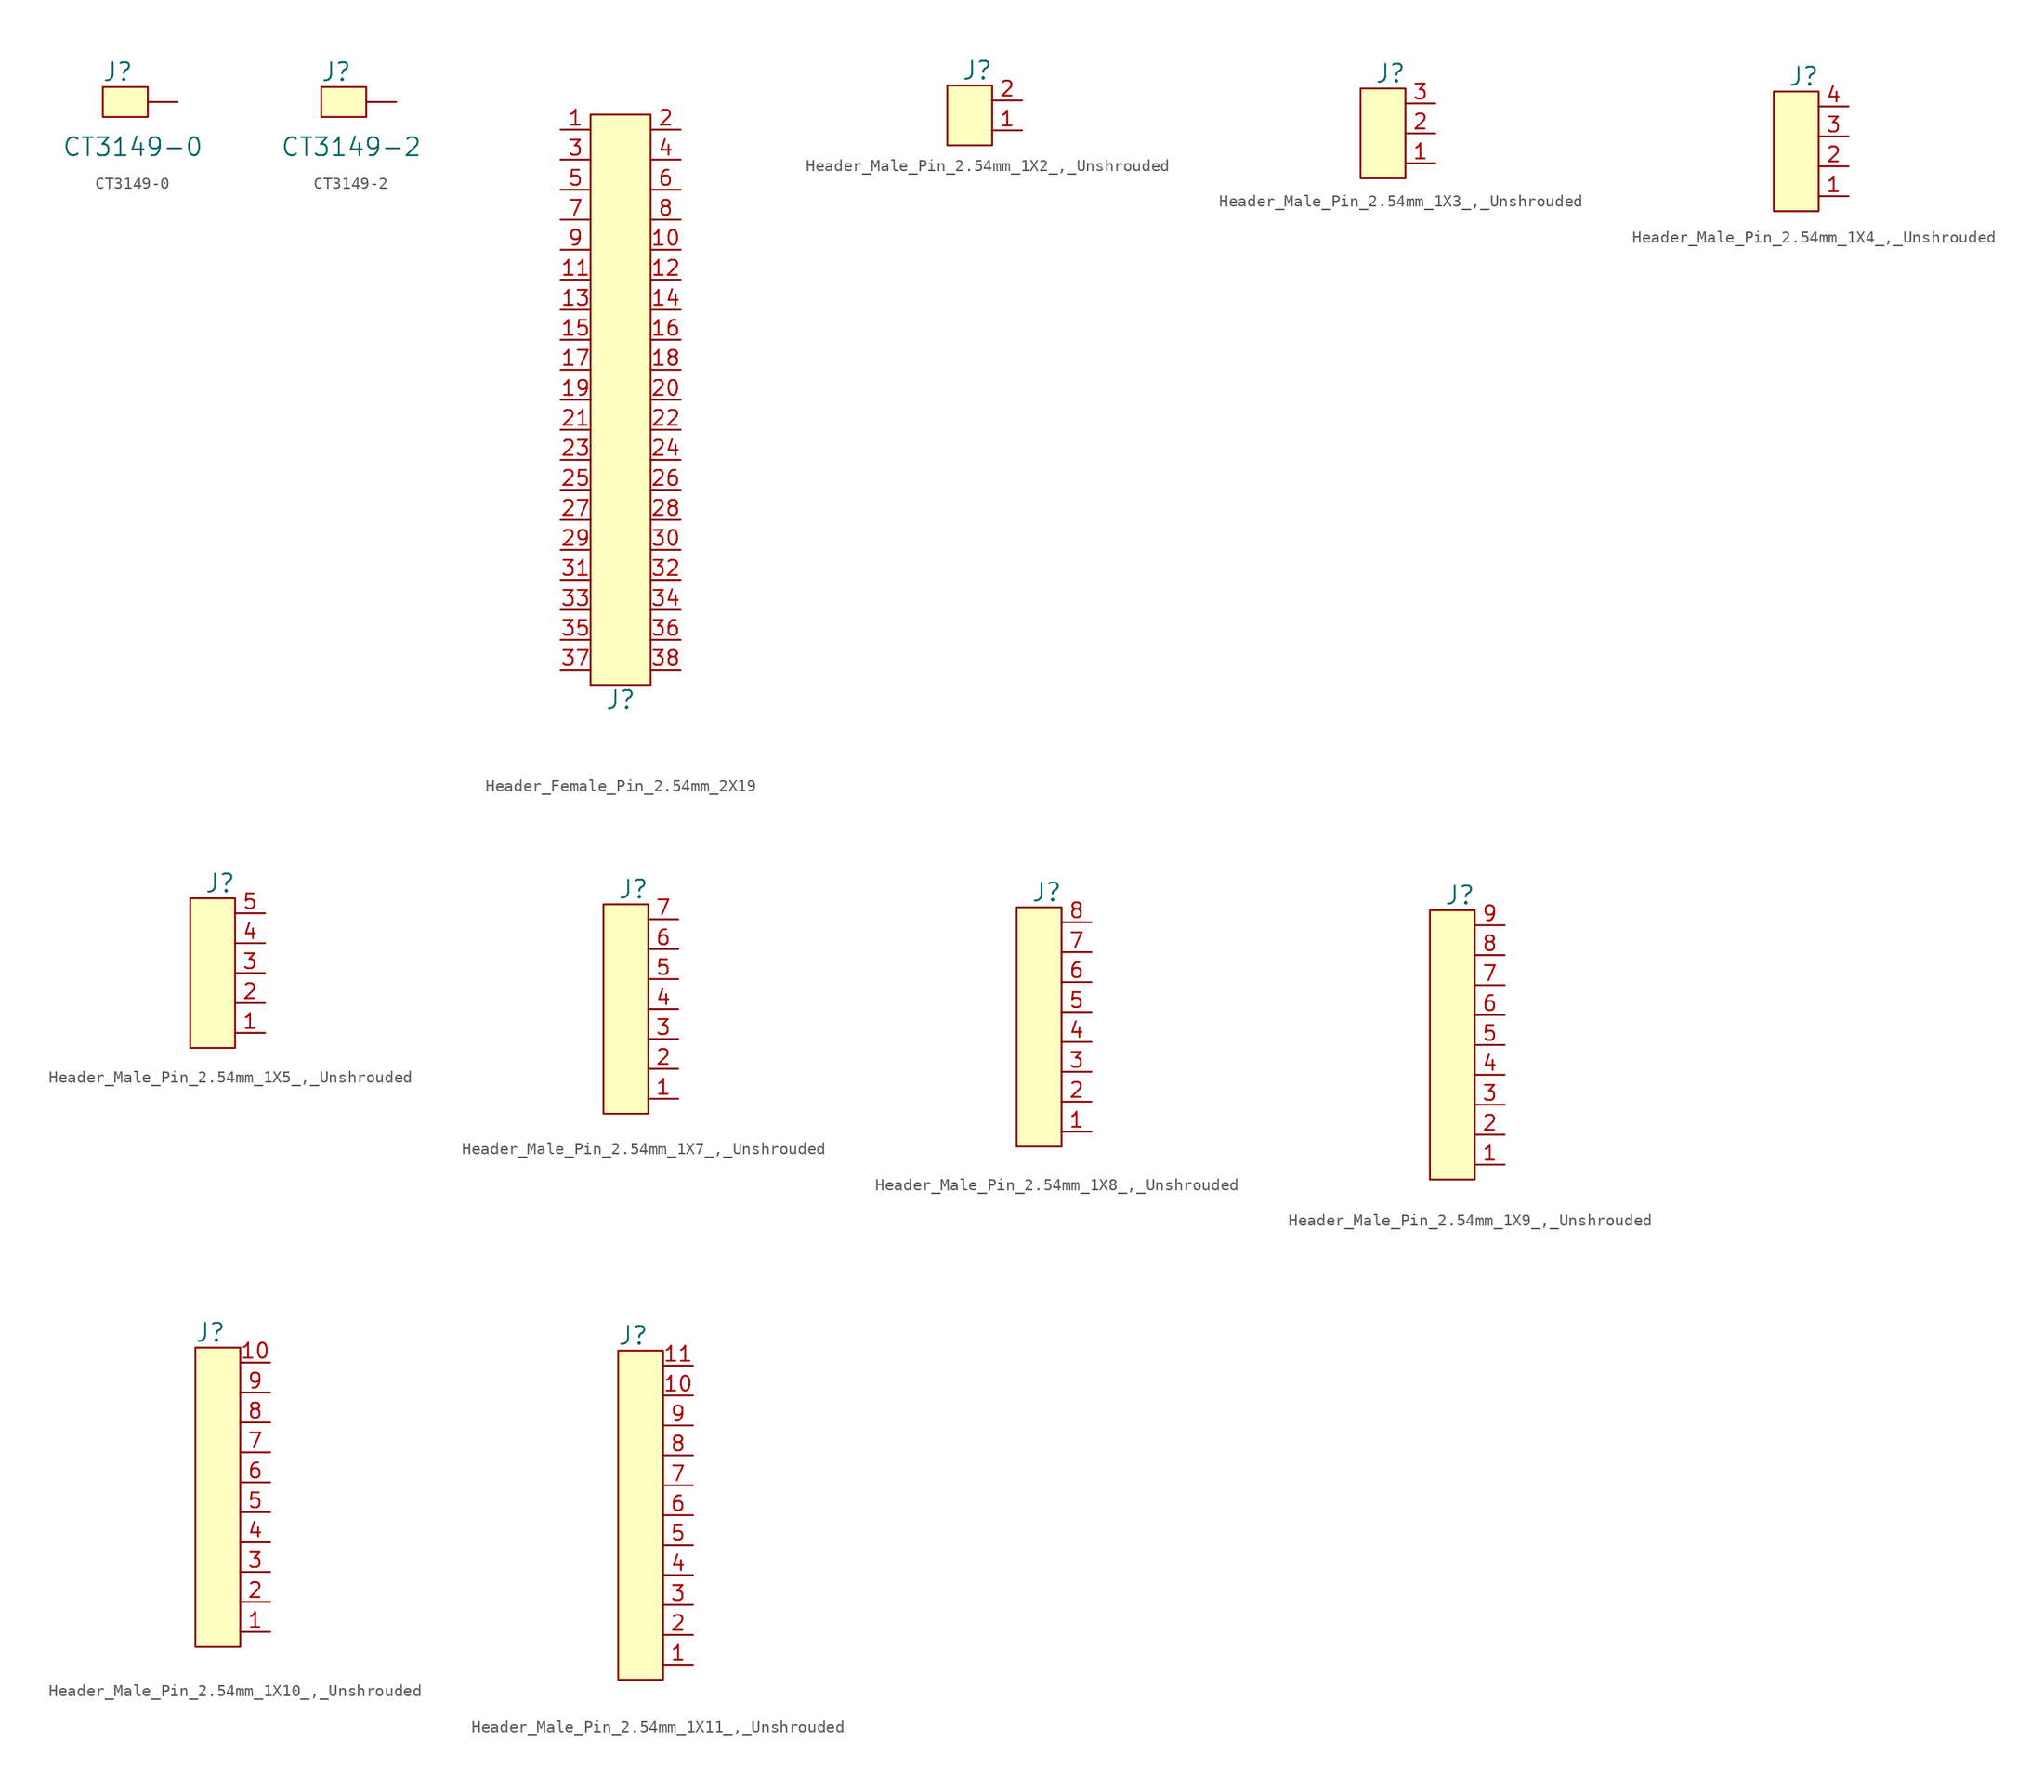
<source format=kicad_sym>
(kicad_symbol_lib
  (version 20241209)
  (generator "kicad_symbol_editor")
  (generator_version "9.0")
  (symbol "CT3149-0"
    (pin_numbers
      (hide yes))
    (pin_names
      (offset 0)
      (hide yes))
    (property "Reference" "J"
      (at 0 2.54 0)
      (effects (font (size 1.524 1.524))))
    (property "Value" "CT3149-0"
      (at 1.27 -3.81 0)
      (effects (font (size 1.524 1.524))))
    (symbol "CT3149-0_0_1"
      (rectangle (start -1.27 1.27) (end 2.54 -1.27) (stroke (width 0) (type default)) (fill (type background))))
    (symbol "CT3149-0_1_1"
      (pin input line (at 5.08 0 180) (length 2.54) (name "TP" (effects (font (size 1.27 1.27)))) (number "1" (effects (font (size 1.27 1.27)))))))
  (symbol "CT3149-2"
    (pin_numbers
      (hide yes))
    (pin_names
      (offset 0)
      (hide yes))
    (property "Reference" "J"
      (at 0 2.54 0)
      (effects (font (size 1.524 1.524))))
    (property "Value" "CT3149-2"
      (at 1.27 -3.81 0)
      (effects (font (size 1.524 1.524))))
    (symbol "CT3149-2_0_1"
      (rectangle (start -1.27 1.27) (end 2.54 -1.27) (stroke (width 0) (type default)) (fill (type background))))
    (symbol "CT3149-2_1_1"
      (pin input line (at 5.08 0 180) (length 2.54) (name "TP" (effects (font (size 1.27 1.27)))) (number "1" (effects (font (size 1.27 1.27)))))))
  (symbol "Header_Female_Pin_2.54mm_2X19"
    (pin_names
      (offset 0)
      (hide yes))
    (property "Reference" "J"
      (at -1.27 -1.27 0)
      (effects (font (size 1.524 1.524))))
    (symbol "Header_Female_Pin_2.54mm_2X19_0_0"
      (rectangle (start 1.27 0) (end -3.81 48.26) (stroke (width 0) (type default)) (fill (type background))))
    (symbol "Header_Female_Pin_2.54mm_2X19_1_1"
      (pin passive line (at -6.35 46.99 0) (length 2.54) (name "~" (effects (font (size 1.016 1.016)))) (number "1" (effects (font (size 1.27 1.27)))))
      (pin passive line (at -6.35 44.45 0) (length 2.54) (name "~" (effects (font (size 1.27 1.27)))) (number "3" (effects (font (size 1.27 1.27)))))
      (pin passive line (at -6.35 41.91 0) (length 2.54) (name "~" (effects (font (size 0.889 0.889)))) (number "5" (effects (font (size 1.27 1.27)))))
      (pin passive line (at -6.35 39.37 0) (length 2.54) (name "~" (effects (font (size 0.889 0.889)))) (number "7" (effects (font (size 1.27 1.27)))))
      (pin passive line (at -6.35 36.83 0) (length 2.54) (name "~" (effects (font (size 0.889 0.889)))) (number "9" (effects (font (size 1.27 1.27)))))
      (pin passive line (at -6.35 34.29 0) (length 2.54) (name "~" (effects (font (size 0.889 0.889)))) (number "11" (effects (font (size 1.27 1.27)))))
      (pin passive line (at -6.35 31.75 0) (length 2.54) (name "~" (effects (font (size 0.889 0.889)))) (number "13" (effects (font (size 1.27 1.27)))))
      (pin passive line (at -6.35 29.21 0) (length 2.54) (name "~" (effects (font (size 0.889 0.889)))) (number "15" (effects (font (size 1.27 1.27)))))
      (pin passive line (at -6.35 26.67 0) (length 2.54) (name "~" (effects (font (size 1.016 1.016)))) (number "17" (effects (font (size 1.27 1.27)))))
      (pin passive line (at -6.35 24.13 0) (length 2.54) (name "~" (effects (font (size 1.27 1.27)))) (number "19" (effects (font (size 1.27 1.27)))))
      (pin passive line (at -6.35 21.59 0) (length 2.54) (name "~" (effects (font (size 0.889 0.889)))) (number "21" (effects (font (size 1.27 1.27)))))
      (pin passive line (at -6.35 19.05 0) (length 2.54) (name "~" (effects (font (size 0.889 0.889)))) (number "23" (effects (font (size 1.27 1.27)))))
      (pin passive line (at -6.35 16.51 0) (length 2.54) (name "~" (effects (font (size 0.889 0.889)))) (number "25" (effects (font (size 1.27 1.27)))))
      (pin passive line (at -6.35 13.97 0) (length 2.54) (name "~" (effects (font (size 0.889 0.889)))) (number "27" (effects (font (size 1.27 1.27)))))
      (pin passive line (at -6.35 11.43 0) (length 2.54) (name "~" (effects (font (size 0.889 0.889)))) (number "29" (effects (font (size 1.27 1.27)))))
      (pin passive line (at -6.35 8.89 0) (length 2.54) (name "~" (effects (font (size 0.889 0.889)))) (number "31" (effects (font (size 1.27 1.27)))))
      (pin passive line (at -6.35 6.35 0) (length 2.54) (name "~" (effects (font (size 0.889 0.889)))) (number "33" (effects (font (size 1.27 1.27)))))
      (pin passive line (at -6.35 3.81 0) (length 2.54) (name "~" (effects (font (size 0.889 0.889)))) (number "35" (effects (font (size 1.27 1.27)))))
      (pin passive line (at -6.35 1.27 0) (length 2.54) (name "~" (effects (font (size 0.889 0.889)))) (number "37" (effects (font (size 1.27 1.27)))))
      (pin passive line (at 3.81 46.99 180) (length 2.54) (name "~" (effects (font (size 1.016 1.016)))) (number "2" (effects (font (size 1.27 1.27)))))
      (pin passive line (at 3.81 44.45 180) (length 2.54) (name "~" (effects (font (size 1.27 1.27)))) (number "4" (effects (font (size 1.27 1.27)))))
      (pin passive line (at 3.81 41.91 180) (length 2.54) (name "~" (effects (font (size 0.762 0.762)))) (number "6" (effects (font (size 1.27 1.27)))))
      (pin passive line (at 3.81 39.37 180) (length 2.54) (name "~" (effects (font (size 0.762 0.762)))) (number "8" (effects (font (size 1.27 1.27)))))
      (pin passive line (at 3.81 36.83 180) (length 2.54) (name "~" (effects (font (size 0.762 0.762)))) (number "10" (effects (font (size 1.27 1.27)))))
      (pin passive line (at 3.81 34.29 180) (length 2.54) (name "~" (effects (font (size 0.762 0.762)))) (number "12" (effects (font (size 1.27 1.27)))))
      (pin passive line (at 3.81 31.75 180) (length 2.54) (name "~" (effects (font (size 0.762 0.762)))) (number "14" (effects (font (size 1.27 1.27)))))
      (pin passive line (at 3.81 29.21 180) (length 2.54) (name "~" (effects (font (size 0.762 0.762)))) (number "16" (effects (font (size 1.27 1.27)))))
      (pin passive line (at 3.81 26.67 180) (length 2.54) (name "~" (effects (font (size 1.016 1.016)))) (number "18" (effects (font (size 1.27 1.27)))))
      (pin passive line (at 3.81 24.13 180) (length 2.54) (name "~" (effects (font (size 1.27 1.27)))) (number "20" (effects (font (size 1.27 1.27)))))
      (pin passive line (at 3.81 21.59 180) (length 2.54) (name "~" (effects (font (size 0.762 0.762)))) (number "22" (effects (font (size 1.27 1.27)))))
      (pin passive line (at 3.81 19.05 180) (length 2.54) (name "~" (effects (font (size 0.762 0.762)))) (number "24" (effects (font (size 1.27 1.27)))))
      (pin passive line (at 3.81 16.51 180) (length 2.54) (name "~" (effects (font (size 0.762 0.762)))) (number "26" (effects (font (size 1.27 1.27)))))
      (pin passive line (at 3.81 13.97 180) (length 2.54) (name "~" (effects (font (size 0.762 0.762)))) (number "28" (effects (font (size 1.27 1.27)))))
      (pin passive line (at 3.81 11.43 180) (length 2.54) (name "~" (effects (font (size 0.762 0.762)))) (number "30" (effects (font (size 1.27 1.27)))))
      (pin passive line (at 3.81 8.89 180) (length 2.54) (name "~" (effects (font (size 0.762 0.762)))) (number "32" (effects (font (size 1.27 1.27)))))
      (pin passive line (at 3.81 6.35 180) (length 2.54) (name "~" (effects (font (size 0.762 0.762)))) (number "34" (effects (font (size 1.27 1.27)))))
      (pin passive line (at 3.81 3.81 180) (length 2.54) (name "~" (effects (font (size 0.762 0.762)))) (number "36" (effects (font (size 1.27 1.27)))))
      (pin passive line (at 3.81 1.27 180) (length 2.54) (name "~" (effects (font (size 0.762 0.762)))) (number "38" (effects (font (size 1.27 1.27)))))))
  (symbol "Header_Male_Pin_2.54mm_1X2_,_Unshrouded"
    (pin_names
      (offset 0)
      (hide yes))
    (property "Reference" "J"
      (at -1.27 5.08 0)
      (effects (font (size 1.524 1.524))))
    (symbol "Header_Male_Pin_2.54mm_1X2_,_Unshrouded_0_0"
      (rectangle (start -3.81 3.81) (end 0 -1.27) (stroke (width 0) (type default)) (fill (type background))))
    (symbol "Header_Male_Pin_2.54mm_1X2_,_Unshrouded_1_1"
      (pin passive line (at 2.54 2.54 180) (length 2.54) (name "~" (effects (font (size 1.27 1.27)))) (number "2" (effects (font (size 1.27 1.27)))))
      (pin passive line (at 2.54 0 180) (length 2.54) (name "~" (effects (font (size 1.016 1.016)))) (number "1" (effects (font (size 1.27 1.27)))))))
  (symbol "Header_Male_Pin_2.54mm_1X3_,_Unshrouded"
    (pin_names
      (offset 0)
      (hide yes))
    (property "Reference" "J"
      (at -1.27 7.62 0)
      (effects (font (size 1.524 1.524))))
    (symbol "Header_Male_Pin_2.54mm_1X3_,_Unshrouded_0_0"
      (rectangle (start -3.81 6.35) (end 0 -1.27) (stroke (width 0) (type default)) (fill (type background))))
    (symbol "Header_Male_Pin_2.54mm_1X3_,_Unshrouded_1_1"
      (pin passive line (at 2.54 5.08 180) (length 2.54) (name "~" (effects (font (size 1.27 1.27)))) (number "3" (effects (font (size 1.27 1.27)))))
      (pin passive line (at 2.54 2.54 180) (length 2.54) (name "~" (effects (font (size 1.27 1.27)))) (number "2" (effects (font (size 1.27 1.27)))))
      (pin passive line (at 2.54 0 180) (length 2.54) (name "~" (effects (font (size 1.016 1.016)))) (number "1" (effects (font (size 1.27 1.27)))))))
  (symbol "Header_Male_Pin_2.54mm_1X4_,_Unshrouded"
    (pin_names
      (offset 0)
      (hide yes))
    (property "Reference" "J"
      (at -1.27 10.16 0)
      (effects (font (size 1.524 1.524))))
    (symbol "Header_Male_Pin_2.54mm_1X4_,_Unshrouded_0_0"
      (rectangle (start -3.81 8.89) (end 0 -1.27) (stroke (width 0) (type default)) (fill (type background))))
    (symbol "Header_Male_Pin_2.54mm_1X4_,_Unshrouded_1_1"
      (pin passive line (at 2.54 7.62 180) (length 2.54) (name "~" (effects (font (size 1.27 1.27)))) (number "4" (effects (font (size 1.27 1.27)))))
      (pin passive line (at 2.54 5.08 180) (length 2.54) (name "~" (effects (font (size 1.27 1.27)))) (number "3" (effects (font (size 1.27 1.27)))))
      (pin passive line (at 2.54 2.54 180) (length 2.54) (name "~" (effects (font (size 1.27 1.27)))) (number "2" (effects (font (size 1.27 1.27)))))
      (pin passive line (at 2.54 0 180) (length 2.54) (name "~" (effects (font (size 1.016 1.016)))) (number "1" (effects (font (size 1.27 1.27)))))))
  (symbol "Header_Male_Pin_2.54mm_1X5_,_Unshrouded"
    (pin_names
      (offset 0)
      (hide yes))
    (property "Reference" "J"
      (at -1.27 12.7 0)
      (effects (font (size 1.524 1.524))))
    (symbol "Header_Male_Pin_2.54mm_1X5_,_Unshrouded_0_0"
      (rectangle (start -3.81 11.43) (end 0 -1.27) (stroke (width 0) (type default)) (fill (type background))))
    (symbol "Header_Male_Pin_2.54mm_1X5_,_Unshrouded_1_1"
      (pin passive line (at 2.54 10.16 180) (length 2.54) (name "~" (effects (font (size 1.27 1.27)))) (number "5" (effects (font (size 1.27 1.27)))))
      (pin passive line (at 2.54 7.62 180) (length 2.54) (name "~" (effects (font (size 1.27 1.27)))) (number "4" (effects (font (size 1.27 1.27)))))
      (pin passive line (at 2.54 5.08 180) (length 2.54) (name "~" (effects (font (size 1.27 1.27)))) (number "3" (effects (font (size 1.27 1.27)))))
      (pin passive line (at 2.54 2.54 180) (length 2.54) (name "~" (effects (font (size 1.27 1.27)))) (number "2" (effects (font (size 1.27 1.27)))))
      (pin passive line (at 2.54 0 180) (length 2.54) (name "~" (effects (font (size 1.016 1.016)))) (number "1" (effects (font (size 1.27 1.27)))))))
  (symbol "Header_Male_Pin_2.54mm_1X7_,_Unshrouded"
    (pin_names
      (offset 0)
      (hide yes))
    (property "Reference" "J"
      (at -1.27 17.78 0)
      (effects (font (size 1.524 1.524))))
    (symbol "Header_Male_Pin_2.54mm_1X7_,_Unshrouded_0_0"
      (rectangle (start -3.81 16.51) (end 0 -1.27) (stroke (width 0) (type default)) (fill (type background))))
    (symbol "Header_Male_Pin_2.54mm_1X7_,_Unshrouded_1_1"
      (pin passive line (at 2.54 15.24 180) (length 2.54) (name "~" (effects (font (size 1.27 1.27)))) (number "7" (effects (font (size 1.27 1.27)))))
      (pin passive line (at 2.54 12.7 180) (length 2.54) (name "~" (effects (font (size 1.27 1.27)))) (number "6" (effects (font (size 1.27 1.27)))))
      (pin passive line (at 2.54 10.16 180) (length 2.54) (name "~" (effects (font (size 1.27 1.27)))) (number "5" (effects (font (size 1.27 1.27)))))
      (pin passive line (at 2.54 7.62 180) (length 2.54) (name "~" (effects (font (size 1.27 1.27)))) (number "4" (effects (font (size 1.27 1.27)))))
      (pin passive line (at 2.54 5.08 180) (length 2.54) (name "~" (effects (font (size 1.27 1.27)))) (number "3" (effects (font (size 1.27 1.27)))))
      (pin passive line (at 2.54 2.54 180) (length 2.54) (name "~" (effects (font (size 1.27 1.27)))) (number "2" (effects (font (size 1.27 1.27)))))
      (pin passive line (at 2.54 0 180) (length 2.54) (name "~" (effects (font (size 1.016 1.016)))) (number "1" (effects (font (size 1.27 1.27)))))))
  (symbol "Header_Male_Pin_2.54mm_1X8_,_Unshrouded"
    (pin_names
      (offset 0)
      (hide yes))
    (property "Reference" "J"
      (at -1.27 20.32 0)
      (effects (font (size 1.524 1.524))))
    (symbol "Header_Male_Pin_2.54mm_1X8_,_Unshrouded_0_0"
      (rectangle (start -3.81 19.05) (end 0 -1.27) (stroke (width 0) (type default)) (fill (type background))))
    (symbol "Header_Male_Pin_2.54mm_1X8_,_Unshrouded_1_1"
      (pin passive line (at 2.54 17.78 180) (length 2.54) (name "~" (effects (font (size 1.27 1.27)))) (number "8" (effects (font (size 1.27 1.27)))))
      (pin passive line (at 2.54 15.24 180) (length 2.54) (name "~" (effects (font (size 1.27 1.27)))) (number "7" (effects (font (size 1.27 1.27)))))
      (pin passive line (at 2.54 12.7 180) (length 2.54) (name "~" (effects (font (size 1.27 1.27)))) (number "6" (effects (font (size 1.27 1.27)))))
      (pin passive line (at 2.54 10.16 180) (length 2.54) (name "~" (effects (font (size 1.27 1.27)))) (number "5" (effects (font (size 1.27 1.27)))))
      (pin passive line (at 2.54 7.62 180) (length 2.54) (name "~" (effects (font (size 1.27 1.27)))) (number "4" (effects (font (size 1.27 1.27)))))
      (pin passive line (at 2.54 5.08 180) (length 2.54) (name "~" (effects (font (size 1.27 1.27)))) (number "3" (effects (font (size 1.27 1.27)))))
      (pin passive line (at 2.54 2.54 180) (length 2.54) (name "~" (effects (font (size 1.27 1.27)))) (number "2" (effects (font (size 1.27 1.27)))))
      (pin passive line (at 2.54 0 180) (length 2.54) (name "~" (effects (font (size 1.016 1.016)))) (number "1" (effects (font (size 1.27 1.27)))))))
  (symbol "Header_Male_Pin_2.54mm_1X9_,_Unshrouded"
    (pin_names
      (offset 0)
      (hide yes))
    (property "Reference" "J"
      (at -1.27 22.86 0)
      (effects (font (size 1.524 1.524))))
    (symbol "Header_Male_Pin_2.54mm_1X9_,_Unshrouded_0_0"
      (rectangle (start -3.81 21.59) (end 0 -1.27) (stroke (width 0) (type default)) (fill (type background))))
    (symbol "Header_Male_Pin_2.54mm_1X9_,_Unshrouded_1_1"
      (pin passive line (at 2.54 20.32 180) (length 2.54) (name "~" (effects (font (size 1.27 1.27)))) (number "9" (effects (font (size 1.27 1.27)))))
      (pin passive line (at 2.54 17.78 180) (length 2.54) (name "~" (effects (font (size 1.27 1.27)))) (number "8" (effects (font (size 1.27 1.27)))))
      (pin passive line (at 2.54 15.24 180) (length 2.54) (name "~" (effects (font (size 1.27 1.27)))) (number "7" (effects (font (size 1.27 1.27)))))
      (pin passive line (at 2.54 12.7 180) (length 2.54) (name "~" (effects (font (size 1.27 1.27)))) (number "6" (effects (font (size 1.27 1.27)))))
      (pin passive line (at 2.54 10.16 180) (length 2.54) (name "~" (effects (font (size 1.27 1.27)))) (number "5" (effects (font (size 1.27 1.27)))))
      (pin passive line (at 2.54 7.62 180) (length 2.54) (name "~" (effects (font (size 1.27 1.27)))) (number "4" (effects (font (size 1.27 1.27)))))
      (pin passive line (at 2.54 5.08 180) (length 2.54) (name "~" (effects (font (size 1.27 1.27)))) (number "3" (effects (font (size 1.27 1.27)))))
      (pin passive line (at 2.54 2.54 180) (length 2.54) (name "~" (effects (font (size 1.27 1.27)))) (number "2" (effects (font (size 1.27 1.27)))))
      (pin passive line (at 2.54 0 180) (length 2.54) (name "~" (effects (font (size 1.016 1.016)))) (number "1" (effects (font (size 1.27 1.27)))))))
  (symbol "Header_Male_Pin_2.54mm_1X10_,_Unshrouded"
    (pin_names
      (offset 0)
      (hide yes))
    (property "Reference" "J"
      (at -2.54 25.4 0)
      (effects (font (size 1.524 1.524))))
    (symbol "Header_Male_Pin_2.54mm_1X10_,_Unshrouded_0_0"
      (rectangle (start -3.81 24.13) (end 0 -1.27) (stroke (width 0) (type default)) (fill (type background))))
    (symbol "Header_Male_Pin_2.54mm_1X10_,_Unshrouded_1_1"
      (pin passive line (at 2.54 22.86 180) (length 2.54) (name "~" (effects (font (size 1.27 1.27)))) (number "10" (effects (font (size 1.27 1.27)))))
      (pin passive line (at 2.54 20.32 180) (length 2.54) (name "~" (effects (font (size 1.27 1.27)))) (number "9" (effects (font (size 1.27 1.27)))))
      (pin passive line (at 2.54 17.78 180) (length 2.54) (name "~" (effects (font (size 1.27 1.27)))) (number "8" (effects (font (size 1.27 1.27)))))
      (pin passive line (at 2.54 15.24 180) (length 2.54) (name "~" (effects (font (size 1.27 1.27)))) (number "7" (effects (font (size 1.27 1.27)))))
      (pin passive line (at 2.54 12.7 180) (length 2.54) (name "~" (effects (font (size 1.27 1.27)))) (number "6" (effects (font (size 1.27 1.27)))))
      (pin passive line (at 2.54 10.16 180) (length 2.54) (name "~" (effects (font (size 1.27 1.27)))) (number "5" (effects (font (size 1.27 1.27)))))
      (pin passive line (at 2.54 7.62 180) (length 2.54) (name "~" (effects (font (size 1.27 1.27)))) (number "4" (effects (font (size 1.27 1.27)))))
      (pin passive line (at 2.54 5.08 180) (length 2.54) (name "~" (effects (font (size 1.27 1.27)))) (number "3" (effects (font (size 1.27 1.27)))))
      (pin passive line (at 2.54 2.54 180) (length 2.54) (name "~" (effects (font (size 1.27 1.27)))) (number "2" (effects (font (size 1.27 1.27)))))
      (pin passive line (at 2.54 0 180) (length 2.54) (name "~" (effects (font (size 1.016 1.016)))) (number "1" (effects (font (size 1.27 1.27)))))))
  (symbol "Header_Male_Pin_2.54mm_1X11_,_Unshrouded"
    (pin_names
      (offset 0)
      (hide yes))
    (property "Reference" "J"
      (at -2.54 27.94 0)
      (effects (font (size 1.524 1.524))))
    (symbol "Header_Male_Pin_2.54mm_1X11_,_Unshrouded_0_0"
      (rectangle (start -3.81 26.67) (end 0 -1.27) (stroke (width 0) (type default)) (fill (type background))))
    (symbol "Header_Male_Pin_2.54mm_1X11_,_Unshrouded_1_1"
      (pin passive line (at 2.54 25.4 180) (length 2.54) (name "~" (effects (font (size 1.27 1.27)))) (number "11" (effects (font (size 1.27 1.27)))))
      (pin passive line (at 2.54 22.86 180) (length 2.54) (name "~" (effects (font (size 1.27 1.27)))) (number "10" (effects (font (size 1.27 1.27)))))
      (pin passive line (at 2.54 20.32 180) (length 2.54) (name "~" (effects (font (size 1.27 1.27)))) (number "9" (effects (font (size 1.27 1.27)))))
      (pin passive line (at 2.54 17.78 180) (length 2.54) (name "~" (effects (font (size 1.27 1.27)))) (number "8" (effects (font (size 1.27 1.27)))))
      (pin passive line (at 2.54 15.24 180) (length 2.54) (name "~" (effects (font (size 1.27 1.27)))) (number "7" (effects (font (size 1.27 1.27)))))
      (pin passive line (at 2.54 12.7 180) (length 2.54) (name "~" (effects (font (size 1.27 1.27)))) (number "6" (effects (font (size 1.27 1.27)))))
      (pin passive line (at 2.54 10.16 180) (length 2.54) (name "~" (effects (font (size 1.27 1.27)))) (number "5" (effects (font (size 1.27 1.27)))))
      (pin passive line (at 2.54 7.62 180) (length 2.54) (name "~" (effects (font (size 1.27 1.27)))) (number "4" (effects (font (size 1.27 1.27)))))
      (pin passive line (at 2.54 5.08 180) (length 2.54) (name "~" (effects (font (size 1.27 1.27)))) (number "3" (effects (font (size 1.27 1.27)))))
      (pin passive line (at 2.54 2.54 180) (length 2.54) (name "~" (effects (font (size 1.27 1.27)))) (number "2" (effects (font (size 1.27 1.27)))))
      (pin passive line (at 2.54 0 180) (length 2.54) (name "~" (effects (font (size 1.016 1.016)))) (number "1" (effects (font (size 1.27 1.27))))))))
</source>
